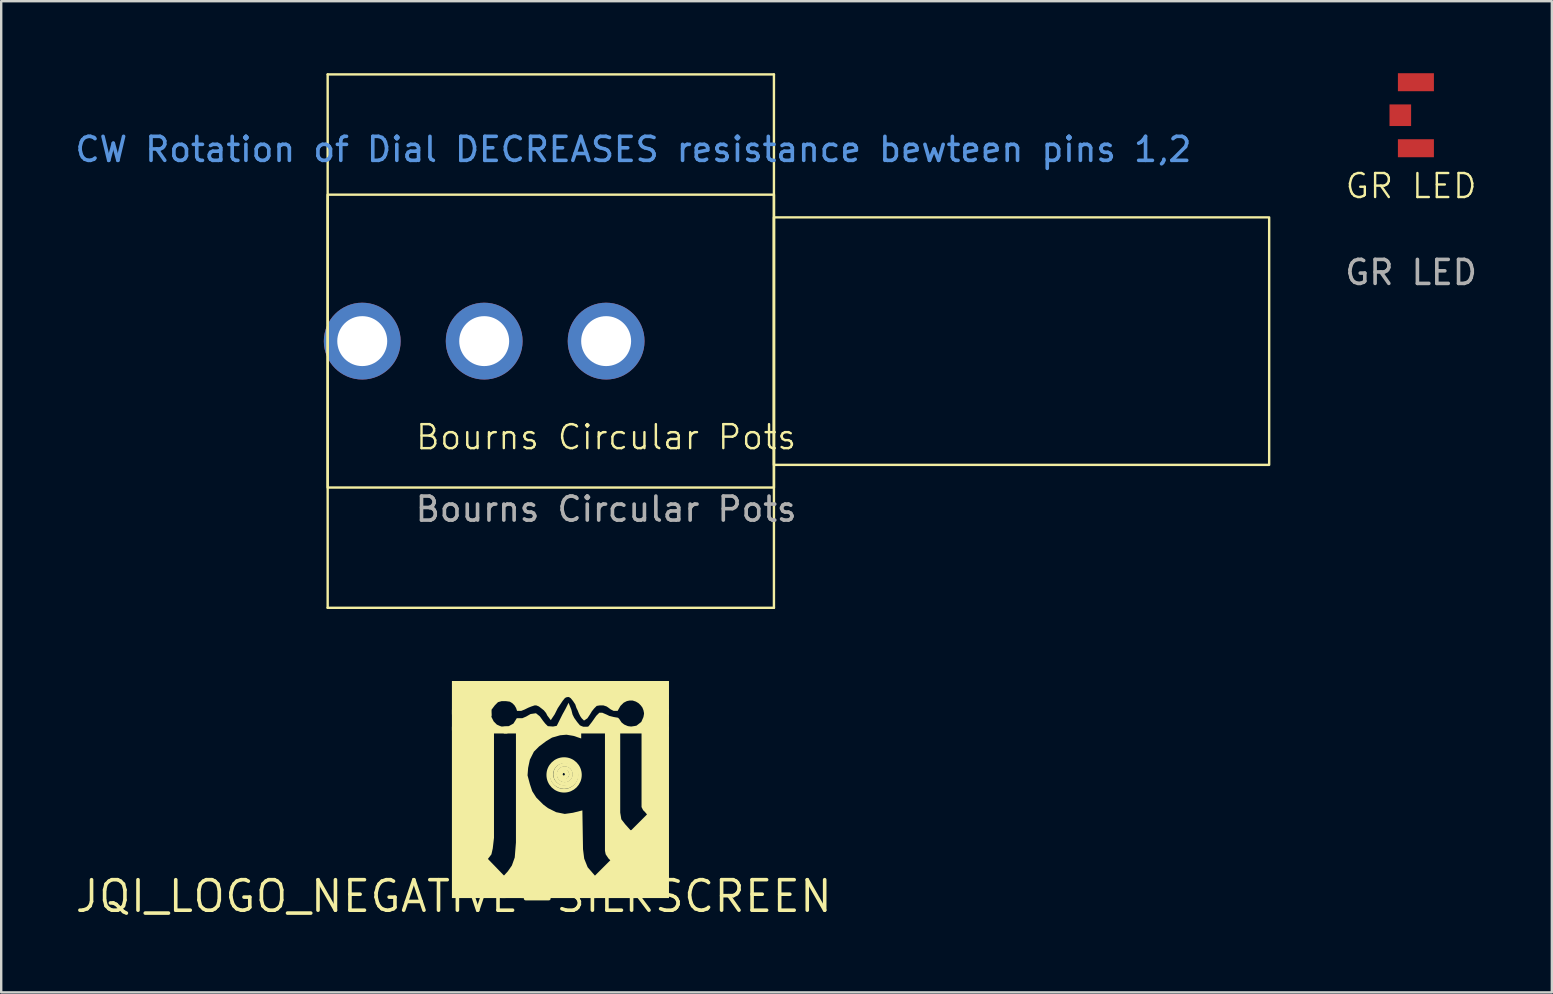
<source format=kicad_pcb>
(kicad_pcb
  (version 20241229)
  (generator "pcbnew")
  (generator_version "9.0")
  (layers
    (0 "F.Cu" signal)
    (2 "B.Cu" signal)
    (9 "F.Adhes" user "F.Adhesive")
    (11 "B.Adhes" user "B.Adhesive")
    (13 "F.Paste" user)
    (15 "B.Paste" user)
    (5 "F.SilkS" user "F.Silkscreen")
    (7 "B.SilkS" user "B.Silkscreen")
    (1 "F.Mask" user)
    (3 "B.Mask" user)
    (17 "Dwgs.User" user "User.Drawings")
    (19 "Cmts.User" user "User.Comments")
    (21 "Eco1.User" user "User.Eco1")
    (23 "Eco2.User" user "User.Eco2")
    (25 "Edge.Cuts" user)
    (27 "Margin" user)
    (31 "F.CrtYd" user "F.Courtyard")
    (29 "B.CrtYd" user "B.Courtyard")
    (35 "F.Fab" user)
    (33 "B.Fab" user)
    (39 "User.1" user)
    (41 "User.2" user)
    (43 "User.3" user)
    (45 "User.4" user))
  (footprint "GR LED"
    (layer "F.Cu")
    (at 55.733 1.75)
    (property "Reference" "GR LED" (at 0 2.95 0) (unlocked yes) (layer "F.SilkS") (effects (font (size 1 1) (thickness 0.1))))
    (attr smd)
    (fp_text user "${REFERENCE}" (at 0 6.55 0) (unlocked yes) (layer "F.Fab") (effects (font (size 1 1) (thickness 0.15))))
    (pad "1" smd rect (at -0.45 0) (size 0.9 0.9) (layers "F.Cu" "F.Mask" "F.Paste"))
    (pad "2" smd rect (at 0.2 -1.375) (size 1.5 0.75) (layers "F.Cu" "F.Mask" "F.Paste"))
    (pad "3" smd rect (at 0.2 1.375) (size 1.5 0.75) (layers "F.Cu" "F.Mask" "F.Paste")))
  (footprint "JQI_LOGO_NEGATIVE-SILKSCREEN"
    (layer "F.Cu")
    (at 15.852 34.286)
    (property "Reference" "JQI_LOGO_NEGATIVE-SILKSCREEN" (at 0 0 0) (layer "F.SilkS") (effects (font (size 1.27 1.27) (thickness 0.15))))
    (fp_circle (center 4.572 -5.08) (end 4.629 -5.08) (stroke (width 0.152) (type solid)) (fill no) (layer "F.SilkS"))
    (fp_circle (center 4.597 -5.08) (end 4.734 -5.08) (stroke (width 0.152) (type solid)) (fill no) (layer "F.SilkS"))
    (fp_circle (center 4.597 -5.08) (end 5.128 -5.08) (stroke (width 0.152) (type solid)) (fill no) (layer "F.SilkS"))
    (fp_circle (center 4.597 -5.055) (end 5.256 -5.055) (stroke (width 0.152) (type solid)) (fill no) (layer "F.SilkS"))
    (fp_circle (center 4.623 -5.08) (end 4.882 -5.08) (stroke (width 0.152) (type solid)) (fill no) (layer "F.SilkS"))
    (fp_circle (center 4.623 -5.08) (end 5.024 -5.08) (stroke (width 0.152) (type solid)) (fill no) (layer "F.SilkS"))
    (fp_poly (pts (xy 2.235 -6.782) (xy 1.676 -6.782) (xy 1.676 -2.434) (xy 1.625 -1.994) (xy 1.569 -1.745) (xy 1.422 -1.555) (xy 2.159 -0.793) (xy 2.159 0.076) (xy -0.076 0.076) (xy -0.076 -7.061) (xy 2.235 -7.061)) (stroke (width 0) (type default)) (fill yes) (layer "F.SilkS"))
    (fp_poly (pts (xy 2.946 0.076) (xy 1.981 0.076) (xy 1.981 -0.741) (xy 2.252 -1.038) (xy 2.421 -1.28) (xy 2.541 -1.616) (xy 2.591 -2.238) (xy 2.591 -6.782) (xy 2.083 -6.782) (xy 2.083 -7.061) (xy 2.946 -7.061)) (stroke (width 0) (type default)) (fill yes) (layer "F.SilkS"))
    (fp_poly (pts (xy 8.966 0.076) (xy 7.315 0.076) (xy 7.315 -2.673) (xy 8.05 -3.408) (xy 7.97 -3.505) (xy 7.888 -3.587) (xy 7.823 -3.716) (xy 7.823 -6.782) (xy 6.821 -6.782) (xy 6.765 -7.061) (xy 8.966 -7.061)) (stroke (width 0) (type default)) (fill yes) (layer "F.SilkS"))
    (fp_poly (pts (xy 6.934 -3.486) (xy 6.981 -3.207) (xy 7.145 -2.995) (xy 7.358 -2.758) (xy 7.544 -2.697) (xy 7.544 0.076) (xy 5.763 0.076) (xy 5.792 -0.769) (xy 6.522 -1.499) (xy 6.443 -1.577) (xy 6.329 -1.748) (xy 6.299 -1.897) (xy 6.299 -6.782) (xy 5.182 -6.782) (xy 5.182 -7.061) (xy 6.934 -7.061)) (stroke (width 0) (type default)) (fill yes) (layer "F.SilkS"))
    (fp_poly (pts (xy 5.309 -6.574) (xy 4.985 -6.682) (xy 4.696 -6.73) (xy 4.434 -6.707) (xy 4.095 -6.61) (xy 3.853 -6.464) (xy 3.555 -6.241) (xy 3.339 -6.025) (xy 3.171 -5.69) (xy 3.098 -5.348) (xy 3.074 -5.036) (xy 3.172 -4.67) (xy 3.27 -4.376) (xy 3.438 -4.112) (xy 3.733 -3.817) (xy 3.926 -3.672) (xy 4.267 -3.502) (xy 4.625 -3.43) (xy 4.964 -3.478) (xy 5.358 -3.577) (xy 5.385 -1.961) (xy 5.434 -1.569) (xy 5.578 -1.209) (xy 5.918 -0.816) (xy 5.918 0.076) (xy 2.819 0.076) (xy 2.819 -7.061) (xy 5.309 -7.061)) (stroke (width 0) (type default)) (fill yes) (layer "F.SilkS"))
    (fp_poly (pts (xy 4.899 -7.77) (xy 4.949 -7.57) (xy 5.018 -7.431) (xy 5.14 -7.26) (xy 5.255 -7.122) (xy 5.424 -7.038) (xy 5.598 -7.057) (xy 5.755 -7.259) (xy 5.936 -7.517) (xy 6.064 -7.645) (xy 6.188 -7.645) (xy 6.382 -7.562) (xy 6.478 -7.514) (xy 6.67 -7.466) (xy 6.844 -7.437) (xy 6.892 -7.389) (xy 6.991 -7.24) (xy 7.101 -7.153) (xy 7.261 -7.084) (xy 7.39 -7.062) (xy 7.613 -7.107) (xy 7.812 -7.262) (xy 7.902 -7.465) (xy 7.963 -7.798) (xy 8.966 -7.798) (xy 8.966 -6.909) (xy -0.076 -6.909) (xy -0.076 -7.772) (xy 1.542 -7.772) (xy 1.573 -7.464) (xy 1.663 -7.284) (xy 1.796 -7.15) (xy 1.995 -7.062) (xy 2.289 -7.085) (xy 2.486 -7.194) (xy 2.625 -7.417) (xy 2.855 -7.417) (xy 3.014 -7.485) (xy 3.201 -7.592) (xy 3.425 -7.624) (xy 3.586 -7.495) (xy 3.718 -7.31) (xy 3.816 -7.188) (xy 3.921 -7.084) (xy 4.135 -7.062) (xy 4.291 -7.101) (xy 4.53 -7.579) (xy 4.657 -7.808) (xy 4.783 -8.06)) (stroke (width 0) (type default)) (fill yes) (layer "F.SilkS"))
    (fp_poly (pts (xy 8.966 -7.569) (xy 7.939 -7.569) (xy 7.902 -7.751) (xy 7.858 -7.862) (xy 7.791 -7.951) (xy 7.7 -8.042) (xy 7.588 -8.109) (xy 7.455 -8.153) (xy 7.323 -8.153) (xy 7.213 -8.131) (xy 7.081 -8.065) (xy 6.944 -7.929) (xy 6.826 -7.722) (xy 6.662 -7.722) (xy 6.538 -7.784) (xy 6.433 -7.863) (xy 6.367 -7.907) (xy 6.236 -7.95) (xy 6.077 -7.95) (xy 5.955 -7.93) (xy 5.848 -7.823) (xy 5.752 -7.703) (xy 5.678 -7.579) (xy 5.567 -7.413) (xy 5.426 -7.319) (xy 5.326 -7.419) (xy 5.268 -7.505) (xy 5.214 -7.614) (xy 5.163 -7.741) (xy 5.111 -7.845) (xy 5.062 -7.993) (xy 4.968 -8.134) (xy 4.875 -8.249) (xy 4.818 -8.288) (xy 4.77 -8.303) (xy 4.678 -8.285) (xy 4.624 -8.249) (xy 4.532 -8.134) (xy 4.333 -7.836) (xy 4.206 -7.582) (xy 4.042 -7.336) (xy 3.897 -7.529) (xy 3.847 -7.63) (xy 3.756 -7.744) (xy 3.636 -7.839) (xy 3.544 -7.909) (xy 3.44 -7.95) (xy 3.365 -7.95) (xy 3.227 -7.904) (xy 3.105 -7.855) (xy 2.952 -7.779) (xy 2.809 -7.722) (xy 2.637 -7.722) (xy 2.597 -7.842) (xy 2.53 -7.954) (xy 2.442 -8.042) (xy 2.336 -8.106) (xy 2.179 -8.128) (xy 1.992 -8.128) (xy 1.843 -8.086) (xy 1.709 -7.951) (xy 1.575 -7.772) (xy 1.575 -7.516) (xy -0.076 -7.572) (xy -0.076 -8.966) (xy 8.966 -8.966)) (stroke (width 0) (type default)) (fill yes) (layer "F.SilkS")))
  (footprint "Bourns Circular Pots"
    (layer "F.Cu")
    (at 22.2 11.16)
    (property "Reference" "Bourns Circular Pots" (at 0 4 0) (unlocked yes) (layer "F.SilkS") (effects (font (size 1 1) (thickness 0.1))))
    (attr smd)
    (fp_line (start -11.6 -11.11) (end -11.6 11.11) (stroke (width 0.1) (type default)) (layer "F.SilkS"))
    (fp_line (start 6.99 -11.11) (end -11.6 -11.11) (stroke (width 0.1) (type solid)) (layer "F.SilkS"))
    (fp_line (start 6.99 -11.11) (end 6.99 11.11) (stroke (width 0.1) (type solid)) (layer "F.SilkS"))
    (fp_line (start 6.99 11.11) (end -11.6 11.11) (stroke (width 0.1) (type solid)) (layer "F.SilkS"))
    (fp_rect (start -11.6 -6.1) (end 6.99 6.1) (stroke (width 0.1) (type solid)) (fill no) (layer "F.SilkS"))
    (fp_rect (start 6.99 -5.155) (end 27.62 5.155) (stroke (width 0.1) (type solid)) (fill no) (layer "F.SilkS"))
    (fp_text user "CW Rotation of Dial DECREASES resistance bewteen pins 1,2" (at -22.2 -7.4 0) (unlocked yes) (layer "Cmts.User") (effects (font (size 1 1) (thickness 0.15)) (justify left bottom)))
    (fp_text user "${REFERENCE}" (at 0 7 0) (unlocked yes) (layer "F.Fab") (effects (font (size 1 1) (thickness 0.15))))
    (pad "1" thru_hole circle (at 0 0) (size 3.2 3.2) (drill 2.08) (layers "*.Cu" "*.Mask"))
    (pad "2" thru_hole circle (at -10.16 0) (size 3.2 3.2) (drill 2.08) (layers "*.Cu" "*.Mask"))
    (pad "3" thru_hole circle (at -5.08 0) (size 3.2 3.2) (drill 2.08) (layers "*.Cu" "*.Mask"))
    (zone (net_name "") (layer "F.SilkS") (hatch edge 0.5) (connect_pads) (min_thickness 0.25) (filled_areas_thickness no) (keepout (tracks allowed) (vias allowed) (pads allowed) (copperpour allowed) (footprints allowed)) (placement (enabled no)) (fill) (polygon (pts (xy 29.19 17.26) (xy 29.19 5.06) (xy 10.6 5.06) (xy 10.6 17.26)))))
  (gr_rect
    (start -3 -3)
    (end 61.596 38.292)
    (stroke (width 0.1) (type default))
    (fill no)
    (layer "Edge.Cuts")))
</source>
